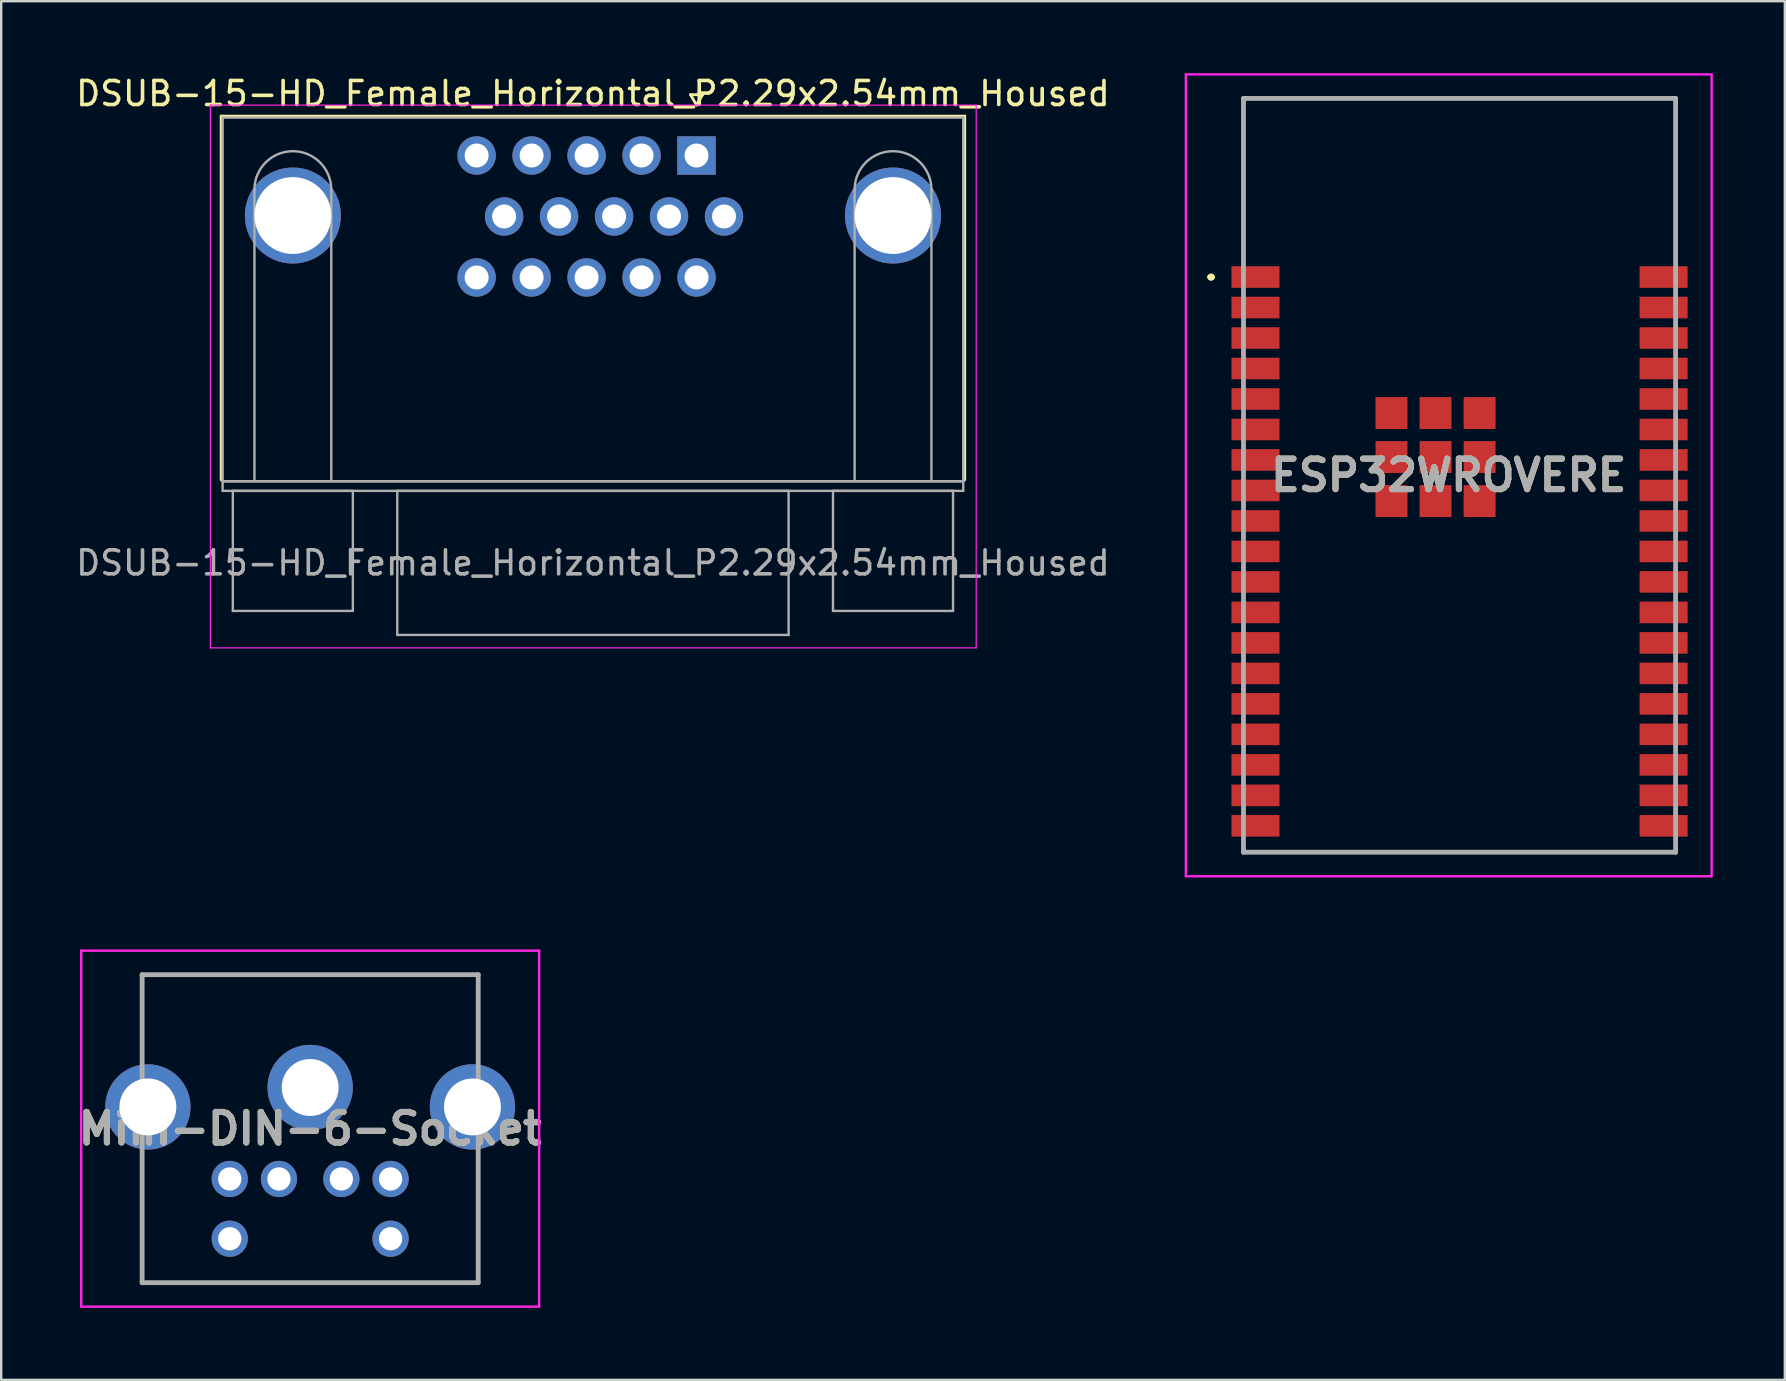
<source format=kicad_pcb>
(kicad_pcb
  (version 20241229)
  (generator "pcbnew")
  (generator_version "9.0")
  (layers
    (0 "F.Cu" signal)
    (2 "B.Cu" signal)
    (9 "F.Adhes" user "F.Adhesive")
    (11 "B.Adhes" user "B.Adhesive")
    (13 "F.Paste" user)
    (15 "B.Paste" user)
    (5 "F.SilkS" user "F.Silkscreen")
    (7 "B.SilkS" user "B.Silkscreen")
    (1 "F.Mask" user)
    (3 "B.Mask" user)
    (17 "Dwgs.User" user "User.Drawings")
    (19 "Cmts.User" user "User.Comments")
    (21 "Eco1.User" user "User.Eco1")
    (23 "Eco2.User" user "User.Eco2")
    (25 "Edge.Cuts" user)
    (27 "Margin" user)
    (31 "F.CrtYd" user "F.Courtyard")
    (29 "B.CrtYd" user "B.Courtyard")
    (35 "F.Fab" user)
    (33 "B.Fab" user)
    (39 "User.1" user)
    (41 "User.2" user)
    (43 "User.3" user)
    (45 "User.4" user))
  (footprint "ESP32WROVERE"
    (layer "F.Cu")
    (at 57.748 16.75)
    (property "Reference" "ESP32WROVERE" (at -0.45 0 0) (layer "F.SilkS") (effects (font (size 1.27 1.27) (thickness 0.254))))
    (attr smd)
    (fp_line (start -10.4 -8.26) (end -10.4 -8.26) (stroke (width 0.2) (type solid)) (layer "F.SilkS"))
    (fp_line (start -10.4 -8.26) (end -10.4 -8.26) (stroke (width 0.2) (type solid)) (layer "F.SilkS"))
    (fp_line (start -10.3 -8.26) (end -10.3 -8.26) (stroke (width 0.2) (type solid)) (layer "F.SilkS"))
    (fp_line (start -9 -15.7) (end -9 -15.7) (stroke (width 0.1) (type solid)) (layer "F.SilkS"))
    (fp_line (start -9 -15.7) (end -9 -15.7) (stroke (width 0.1) (type solid)) (layer "F.SilkS"))
    (fp_line (start -9 -15.7) (end -9 -9.25) (stroke (width 0.1) (type solid)) (layer "F.SilkS"))
    (fp_line (start -9 -15.7) (end 9 -15.7) (stroke (width 0.1) (type solid)) (layer "F.SilkS"))
    (fp_line (start -9 -9.25) (end -9 -15.7) (stroke (width 0.1) (type solid)) (layer "F.SilkS"))
    (fp_line (start -9 -9.25) (end -9 -9.25) (stroke (width 0.1) (type solid)) (layer "F.SilkS"))
    (fp_line (start -9 15.7) (end -9 15.7) (stroke (width 0.1) (type solid)) (layer "F.SilkS"))
    (fp_line (start -9 15.7) (end 9 15.7) (stroke (width 0.1) (type solid)) (layer "F.SilkS"))
    (fp_line (start 9 -15.7) (end -9 -15.7) (stroke (width 0.1) (type solid)) (layer "F.SilkS"))
    (fp_line (start 9 -15.7) (end 9 -15.7) (stroke (width 0.1) (type solid)) (layer "F.SilkS"))
    (fp_line (start 9 -15.7) (end 9 -15.7) (stroke (width 0.1) (type solid)) (layer "F.SilkS"))
    (fp_line (start 9 -15.7) (end 9 -9.25) (stroke (width 0.1) (type solid)) (layer "F.SilkS"))
    (fp_line (start 9 -9.25) (end 9 -15.7) (stroke (width 0.1) (type solid)) (layer "F.SilkS"))
    (fp_line (start 9 -9.25) (end 9 -9.25) (stroke (width 0.1) (type solid)) (layer "F.SilkS"))
    (fp_line (start 9 15.7) (end -9 15.7) (stroke (width 0.1) (type solid)) (layer "F.SilkS"))
    (fp_line (start 9 15.7) (end 9 15.7) (stroke (width 0.1) (type solid)) (layer "F.SilkS"))
    (fp_arc (start -10.4 -8.26) (mid -10.35 -8.31) (end -10.3 -8.26) (stroke (width 0.2) (type solid)) (layer "F.SilkS"))
    (fp_arc (start -10.3 -8.26) (mid -10.35 -8.21) (end -10.4 -8.26) (stroke (width 0.2) (type solid)) (layer "F.SilkS"))
    (fp_arc (start -10.3 -8.26) (mid -10.35 -8.21) (end -10.4 -8.26) (stroke (width 0.2) (type solid)) (layer "F.SilkS"))
    (fp_line (start -11.4 -16.7) (end 10.5 -16.7) (stroke (width 0.1) (type solid)) (layer "F.CrtYd"))
    (fp_line (start -11.4 16.7) (end -11.4 -16.7) (stroke (width 0.1) (type solid)) (layer "F.CrtYd"))
    (fp_line (start 10.5 -16.7) (end 10.5 16.7) (stroke (width 0.1) (type solid)) (layer "F.CrtYd"))
    (fp_line (start 10.5 16.7) (end -11.4 16.7) (stroke (width 0.1) (type solid)) (layer "F.CrtYd"))
    (fp_line (start -9 -15.7) (end -9 15.7) (stroke (width 0.2) (type solid)) (layer "F.Fab"))
    (fp_line (start -9 15.7) (end 9 15.7) (stroke (width 0.2) (type solid)) (layer "F.Fab"))
    (fp_line (start 9 -15.7) (end -9 -15.7) (stroke (width 0.2) (type solid)) (layer "F.Fab"))
    (fp_line (start 9 15.7) (end 9 -15.7) (stroke (width 0.2) (type solid)) (layer "F.Fab"))
    (fp_text user "${REFERENCE}" (at -0.45 0 0) (layer "F.Fab") (effects (font (size 1.27 1.27) (thickness 0.254))))
    (pad "1" smd rect (at -8.5 -8.26 90) (size 0.9 2) (layers "F.Cu" "F.Mask" "F.Paste"))
    (pad "2" smd rect (at -8.5 -6.99 90) (size 0.9 2) (layers "F.Cu" "F.Mask" "F.Paste"))
    (pad "3" smd rect (at -8.5 -5.72 90) (size 0.9 2) (layers "F.Cu" "F.Mask" "F.Paste"))
    (pad "4" smd rect (at -8.5 -4.45 90) (size 0.9 2) (layers "F.Cu" "F.Mask" "F.Paste"))
    (pad "5" smd rect (at -8.5 -3.18 90) (size 0.9 2) (layers "F.Cu" "F.Mask" "F.Paste"))
    (pad "6" smd rect (at -8.5 -1.91 90) (size 0.9 2) (layers "F.Cu" "F.Mask" "F.Paste"))
    (pad "7" smd rect (at -8.5 -0.64 90) (size 0.9 2) (layers "F.Cu" "F.Mask" "F.Paste"))
    (pad "8" smd rect (at -8.5 0.63 90) (size 0.9 2) (layers "F.Cu" "F.Mask" "F.Paste"))
    (pad "9" smd rect (at -8.5 1.9 90) (size 0.9 2) (layers "F.Cu" "F.Mask" "F.Paste"))
    (pad "10" smd rect (at -8.5 3.17 90) (size 0.9 2) (layers "F.Cu" "F.Mask" "F.Paste"))
    (pad "11" smd rect (at -8.5 4.44 90) (size 0.9 2) (layers "F.Cu" "F.Mask" "F.Paste"))
    (pad "12" smd rect (at -8.5 5.71 90) (size 0.9 2) (layers "F.Cu" "F.Mask" "F.Paste"))
    (pad "13" smd rect (at -8.5 6.98 90) (size 0.9 2) (layers "F.Cu" "F.Mask" "F.Paste"))
    (pad "14" smd rect (at -8.5 8.25 90) (size 0.9 2) (layers "F.Cu" "F.Mask" "F.Paste"))
    (pad "15" smd rect (at -8.5 9.52 90) (size 0.9 2) (layers "F.Cu" "F.Mask" "F.Paste"))
    (pad "16" smd rect (at -8.5 10.79 90) (size 0.9 2) (layers "F.Cu" "F.Mask" "F.Paste"))
    (pad "17" smd rect (at -8.5 12.06 90) (size 0.9 2) (layers "F.Cu" "F.Mask" "F.Paste"))
    (pad "18" smd rect (at -8.5 13.33 90) (size 0.9 2) (layers "F.Cu" "F.Mask" "F.Paste"))
    (pad "19" smd rect (at -8.5 14.6 90) (size 0.9 2) (layers "F.Cu" "F.Mask" "F.Paste"))
    (pad "20" smd rect (at 8.5 14.6 90) (size 0.9 2) (layers "F.Cu" "F.Mask" "F.Paste"))
    (pad "21" smd rect (at 8.5 13.33 90) (size 0.9 2) (layers "F.Cu" "F.Mask" "F.Paste"))
    (pad "22" smd rect (at 8.5 12.06 90) (size 0.9 2) (layers "F.Cu" "F.Mask" "F.Paste"))
    (pad "23" smd rect (at 8.5 10.79 90) (size 0.9 2) (layers "F.Cu" "F.Mask" "F.Paste"))
    (pad "24" smd rect (at 8.5 9.52 90) (size 0.9 2) (layers "F.Cu" "F.Mask" "F.Paste"))
    (pad "25" smd rect (at 8.5 8.25 90) (size 0.9 2) (layers "F.Cu" "F.Mask" "F.Paste"))
    (pad "26" smd rect (at 8.5 6.98 90) (size 0.9 2) (layers "F.Cu" "F.Mask" "F.Paste"))
    (pad "27" smd rect (at 8.5 5.71 90) (size 0.9 2) (layers "F.Cu" "F.Mask" "F.Paste"))
    (pad "28" smd rect (at 8.5 4.44 90) (size 0.9 2) (layers "F.Cu" "F.Mask" "F.Paste"))
    (pad "29" smd rect (at 8.5 3.17 90) (size 0.9 2) (layers "F.Cu" "F.Mask" "F.Paste"))
    (pad "30" smd rect (at 8.5 1.9 90) (size 0.9 2) (layers "F.Cu" "F.Mask" "F.Paste"))
    (pad "31" smd rect (at 8.5 0.63 90) (size 0.9 2) (layers "F.Cu" "F.Mask" "F.Paste"))
    (pad "32" smd rect (at 8.5 -0.64 90) (size 0.9 2) (layers "F.Cu" "F.Mask" "F.Paste"))
    (pad "33" smd rect (at 8.5 -1.91 90) (size 0.9 2) (layers "F.Cu" "F.Mask" "F.Paste"))
    (pad "34" smd rect (at 8.5 -3.18 90) (size 0.9 2) (layers "F.Cu" "F.Mask" "F.Paste"))
    (pad "35" smd rect (at 8.5 -4.45 90) (size 0.9 2) (layers "F.Cu" "F.Mask" "F.Paste"))
    (pad "36" smd rect (at 8.5 -5.72 90) (size 0.9 2) (layers "F.Cu" "F.Mask" "F.Paste"))
    (pad "37" smd rect (at 8.5 -6.99 90) (size 0.9 2) (layers "F.Cu" "F.Mask" "F.Paste"))
    (pad "38" smd rect (at 8.5 -8.26 90) (size 0.9 2) (layers "F.Cu" "F.Mask" "F.Paste"))
    (pad "39" smd rect (at -2.835 -2.595 90) (size 1.33 1.33) (layers "F.Cu" "F.Mask" "F.Paste"))
    (pad "39" smd rect (at -2.835 -0.76 90) (size 1.33 1.33) (layers "F.Cu" "F.Mask" "F.Paste"))
    (pad "39" smd rect (at -2.835 1.075 90) (size 1.33 1.33) (layers "F.Cu" "F.Mask" "F.Paste"))
    (pad "39" smd rect (at -1 -2.595 90) (size 1.33 1.33) (layers "F.Cu" "F.Mask" "F.Paste"))
    (pad "39" smd rect (at -1 -0.76 90) (size 1.33 1.33) (layers "F.Cu" "F.Mask" "F.Paste"))
    (pad "39" smd rect (at -1 1.075 90) (size 1.33 1.33) (layers "F.Cu" "F.Mask" "F.Paste"))
    (pad "39" smd rect (at 0.835 -2.595 90) (size 1.33 1.33) (layers "F.Cu" "F.Mask" "F.Paste"))
    (pad "39" smd rect (at 0.835 -0.76 90) (size 1.33 1.33) (layers "F.Cu" "F.Mask" "F.Paste"))
    (pad "39" smd rect (at 0.835 1.075 90) (size 1.33 1.33) (layers "F.Cu" "F.Mask" "F.Paste")))
  (footprint "DSUB-15-HD_Female_Horizontal_P2.29x2.54mm_Housed"
    (layer "F.Cu")
    (at 25.964 3.428)
    (property "Reference" "DSUB-15-HD_Female_Horizontal_P2.29x2.54mm_Housed" (at -4.315 -2.58 0) (layer "F.SilkS") (effects (font (size 1 1) (thickness 0.15))))
    (attr through_hole)
    (fp_line (start -19.8 -1.64) (end 11.17 -1.64) (stroke (width 0.12) (type solid)) (layer "F.SilkS"))
    (fp_line (start -19.8 13.51) (end -19.8 -1.64) (stroke (width 0.12) (type solid)) (layer "F.SilkS"))
    (fp_line (start -0.25 -2.534) (end 0.25 -2.534) (stroke (width 0.12) (type solid)) (layer "F.SilkS"))
    (fp_line (start 0 -2.101) (end -0.25 -2.534) (stroke (width 0.12) (type solid)) (layer "F.SilkS"))
    (fp_line (start 0.25 -2.534) (end 0 -2.101) (stroke (width 0.12) (type solid)) (layer "F.SilkS"))
    (fp_line (start 11.17 -1.64) (end 11.17 13.51) (stroke (width 0.12) (type solid)) (layer "F.SilkS"))
    (fp_line (start -20.25 -2.1) (end -20.25 20.51) (stroke (width 0.05) (type solid)) (layer "F.CrtYd"))
    (fp_line (start -20.25 20.51) (end 11.65 20.51) (stroke (width 0.05) (type solid)) (layer "F.CrtYd"))
    (fp_line (start 11.65 -2.1) (end -20.25 -2.1) (stroke (width 0.05) (type solid)) (layer "F.CrtYd"))
    (fp_line (start 11.65 20.51) (end 11.65 -2.1) (stroke (width 0.05) (type solid)) (layer "F.CrtYd"))
    (fp_line (start -19.74 -1.58) (end -19.74 13.57) (stroke (width 0.1) (type solid)) (layer "F.Fab"))
    (fp_line (start -19.74 13.57) (end -19.74 13.97) (stroke (width 0.1) (type solid)) (layer "F.Fab"))
    (fp_line (start -19.74 13.57) (end 11.11 13.57) (stroke (width 0.1) (type solid)) (layer "F.Fab"))
    (fp_line (start -19.74 13.97) (end 11.11 13.97) (stroke (width 0.1) (type solid)) (layer "F.Fab"))
    (fp_line (start -19.315 13.97) (end -19.315 18.97) (stroke (width 0.1) (type solid)) (layer "F.Fab"))
    (fp_line (start -19.315 18.97) (end -14.315 18.97) (stroke (width 0.1) (type solid)) (layer "F.Fab"))
    (fp_line (start -18.415 13.57) (end -18.415 1.42) (stroke (width 0.1) (type solid)) (layer "F.Fab"))
    (fp_line (start -15.215 13.57) (end -15.215 1.42) (stroke (width 0.1) (type solid)) (layer "F.Fab"))
    (fp_line (start -14.315 13.97) (end -19.315 13.97) (stroke (width 0.1) (type solid)) (layer "F.Fab"))
    (fp_line (start -14.315 18.97) (end -14.315 13.97) (stroke (width 0.1) (type solid)) (layer "F.Fab"))
    (fp_line (start -12.465 13.97) (end -12.465 19.97) (stroke (width 0.1) (type solid)) (layer "F.Fab"))
    (fp_line (start -12.465 19.97) (end 3.835 19.97) (stroke (width 0.1) (type solid)) (layer "F.Fab"))
    (fp_line (start 3.835 13.97) (end -12.465 13.97) (stroke (width 0.1) (type solid)) (layer "F.Fab"))
    (fp_line (start 3.835 19.97) (end 3.835 13.97) (stroke (width 0.1) (type solid)) (layer "F.Fab"))
    (fp_line (start 5.685 13.97) (end 5.685 18.97) (stroke (width 0.1) (type solid)) (layer "F.Fab"))
    (fp_line (start 5.685 18.97) (end 10.685 18.97) (stroke (width 0.1) (type solid)) (layer "F.Fab"))
    (fp_line (start 6.585 13.57) (end 6.585 1.42) (stroke (width 0.1) (type solid)) (layer "F.Fab"))
    (fp_line (start 9.785 13.57) (end 9.785 1.42) (stroke (width 0.1) (type solid)) (layer "F.Fab"))
    (fp_line (start 10.685 13.97) (end 5.685 13.97) (stroke (width 0.1) (type solid)) (layer "F.Fab"))
    (fp_line (start 10.685 18.97) (end 10.685 13.97) (stroke (width 0.1) (type solid)) (layer "F.Fab"))
    (fp_line (start 11.11 -1.58) (end -19.74 -1.58) (stroke (width 0.1) (type solid)) (layer "F.Fab"))
    (fp_line (start 11.11 13.57) (end -19.74 13.57) (stroke (width 0.1) (type solid)) (layer "F.Fab"))
    (fp_line (start 11.11 13.57) (end 11.11 -1.58) (stroke (width 0.1) (type solid)) (layer "F.Fab"))
    (fp_line (start 11.11 13.97) (end 11.11 13.57) (stroke (width 0.1) (type solid)) (layer "F.Fab"))
    (fp_arc (start -18.415 1.42) (mid -16.815 -0.18) (end -15.215 1.42) (stroke (width 0.1) (type solid)) (layer "F.Fab"))
    (fp_arc (start 6.585 1.42) (mid 8.185 -0.18) (end 9.785 1.42) (stroke (width 0.1) (type solid)) (layer "F.Fab"))
    (fp_text user "${REFERENCE}" (at -4.315 16.97 0) (layer "F.Fab") (effects (font (size 1 1) (thickness 0.15))))
    (pad "0" thru_hole circle (at -16.815 2.5) (size 4 4) (drill 3.2) (layers "*.Cu" "*.Mask"))
    (pad "0" thru_hole circle (at 8.185 2.5) (size 4 4) (drill 3.2) (layers "*.Cu" "*.Mask"))
    (pad "1" thru_hole rect (at 0 0) (size 1.6 1.6) (drill 1) (layers "*.Cu" "*.Mask"))
    (pad "2" thru_hole circle (at -2.29 0) (size 1.6 1.6) (drill 1) (layers "*.Cu" "*.Mask"))
    (pad "3" thru_hole circle (at -4.58 0) (size 1.6 1.6) (drill 1) (layers "*.Cu" "*.Mask"))
    (pad "4" thru_hole circle (at -6.87 0) (size 1.6 1.6) (drill 1) (layers "*.Cu" "*.Mask"))
    (pad "5" thru_hole circle (at -9.16 0) (size 1.6 1.6) (drill 1) (layers "*.Cu" "*.Mask"))
    (pad "6" thru_hole circle (at 1.145 2.54) (size 1.6 1.6) (drill 1) (layers "*.Cu" "*.Mask"))
    (pad "7" thru_hole circle (at -1.145 2.54) (size 1.6 1.6) (drill 1) (layers "*.Cu" "*.Mask"))
    (pad "8" thru_hole circle (at -3.435 2.54) (size 1.6 1.6) (drill 1) (layers "*.Cu" "*.Mask"))
    (pad "9" thru_hole circle (at -5.725 2.54) (size 1.6 1.6) (drill 1) (layers "*.Cu" "*.Mask"))
    (pad "10" thru_hole circle (at -8.015 2.54) (size 1.6 1.6) (drill 1) (layers "*.Cu" "*.Mask"))
    (pad "11" thru_hole circle (at 0 5.08) (size 1.6 1.6) (drill 1) (layers "*.Cu" "*.Mask"))
    (pad "12" thru_hole circle (at -2.29 5.08) (size 1.6 1.6) (drill 1) (layers "*.Cu" "*.Mask"))
    (pad "13" thru_hole circle (at -4.58 5.08) (size 1.6 1.6) (drill 1) (layers "*.Cu" "*.Mask"))
    (pad "14" thru_hole circle (at -6.87 5.08) (size 1.6 1.6) (drill 1) (layers "*.Cu" "*.Mask"))
    (pad "15" thru_hole circle (at -9.16 5.08) (size 1.6 1.6) (drill 1) (layers "*.Cu" "*.Mask")))
  (footprint "Mini-DIN-6-Socket"
    (layer "F.Cu")
    (at 11.17 46.06)
    (property "Reference" "Mini-DIN-6-Socket" (at -1.3 -2.095 0) (layer "F.SilkS") (effects (font (size 1.27 1.27) (thickness 0.254))))
    (attr through_hole)
    (fp_line (start -8.3 -8.51) (end 5.7 -8.51) (stroke (width 0.1) (type solid)) (layer "F.SilkS"))
    (fp_line (start -8.3 -5.54) (end -8.3 -8.51) (stroke (width 0.1) (type solid)) (layer "F.SilkS"))
    (fp_line (start -8.3 -0.46) (end -8.3 4.32) (stroke (width 0.1) (type solid)) (layer "F.SilkS"))
    (fp_line (start -8.3 4.32) (end 5.46 4.32) (stroke (width 0.1) (type solid)) (layer "F.SilkS"))
    (fp_line (start 5.46 4.32) (end 5.7 4.32) (stroke (width 0.1) (type solid)) (layer "F.SilkS"))
    (fp_line (start 5.7 -8.51) (end 5.7 -5.54) (stroke (width 0.1) (type solid)) (layer "F.SilkS"))
    (fp_line (start 5.7 4.32) (end 5.7 -0.46) (stroke (width 0.1) (type solid)) (layer "F.SilkS"))
    (fp_line (start -10.838 -9.51) (end 8.238 -9.51) (stroke (width 0.1) (type solid)) (layer "F.CrtYd"))
    (fp_line (start -10.838 5.32) (end -10.838 -9.51) (stroke (width 0.1) (type solid)) (layer "F.CrtYd"))
    (fp_line (start 8.238 -9.51) (end 8.238 5.32) (stroke (width 0.1) (type solid)) (layer "F.CrtYd"))
    (fp_line (start 8.238 5.32) (end -10.838 5.32) (stroke (width 0.1) (type solid)) (layer "F.CrtYd"))
    (fp_line (start -8.3 -8.51) (end 5.7 -8.51) (stroke (width 0.2) (type solid)) (layer "F.Fab"))
    (fp_line (start -8.3 4.32) (end -8.3 -8.51) (stroke (width 0.2) (type solid)) (layer "F.Fab"))
    (fp_line (start 5.7 -8.51) (end 5.7 4.32) (stroke (width 0.2) (type solid)) (layer "F.Fab"))
    (fp_line (start 5.7 4.32) (end -8.3 4.32) (stroke (width 0.2) (type solid)) (layer "F.Fab"))
    (fp_text user "${REFERENCE}" (at -1.3 -2.095 0) (layer "F.Fab") (effects (font (size 1.27 1.27) (thickness 0.254))))
    (pad "0" thru_hole circle (at -8.06 -3) (size 3.555 3.555) (drill 2.37) (layers "*.Cu" "*.Mask"))
    (pad "0" thru_hole circle (at -1.3 -3.81) (size 3.555 3.555) (drill 2.37) (layers "*.Cu" "*.Mask"))
    (pad "0" thru_hole circle (at 5.46 -3) (size 3.555 3.555) (drill 2.37) (layers "*.Cu" "*.Mask"))
    (pad "1" thru_hole circle (at 0 0) (size 1.509 1.509) (drill 0.97) (layers "*.Cu" "*.Mask"))
    (pad "2" thru_hole circle (at -2.6 0) (size 1.509 1.509) (drill 0.97) (layers "*.Cu" "*.Mask"))
    (pad "3" thru_hole circle (at 2.05 0) (size 1.509 1.509) (drill 0.97) (layers "*.Cu" "*.Mask"))
    (pad "4" thru_hole circle (at -4.65 0) (size 1.509 1.509) (drill 0.97) (layers "*.Cu" "*.Mask"))
    (pad "5" thru_hole circle (at 2.05 2.49) (size 1.509 1.509) (drill 0.97) (layers "*.Cu" "*.Mask"))
    (pad "6" thru_hole circle (at -4.65 2.49) (size 1.509 1.509) (drill 0.97) (layers "*.Cu" "*.Mask")))
  (gr_rect
    (start -3 -3)
    (end 71.298 54.43)
    (stroke (width 0.1) (type default))
    (fill no)
    (layer "Edge.Cuts")))
</source>
